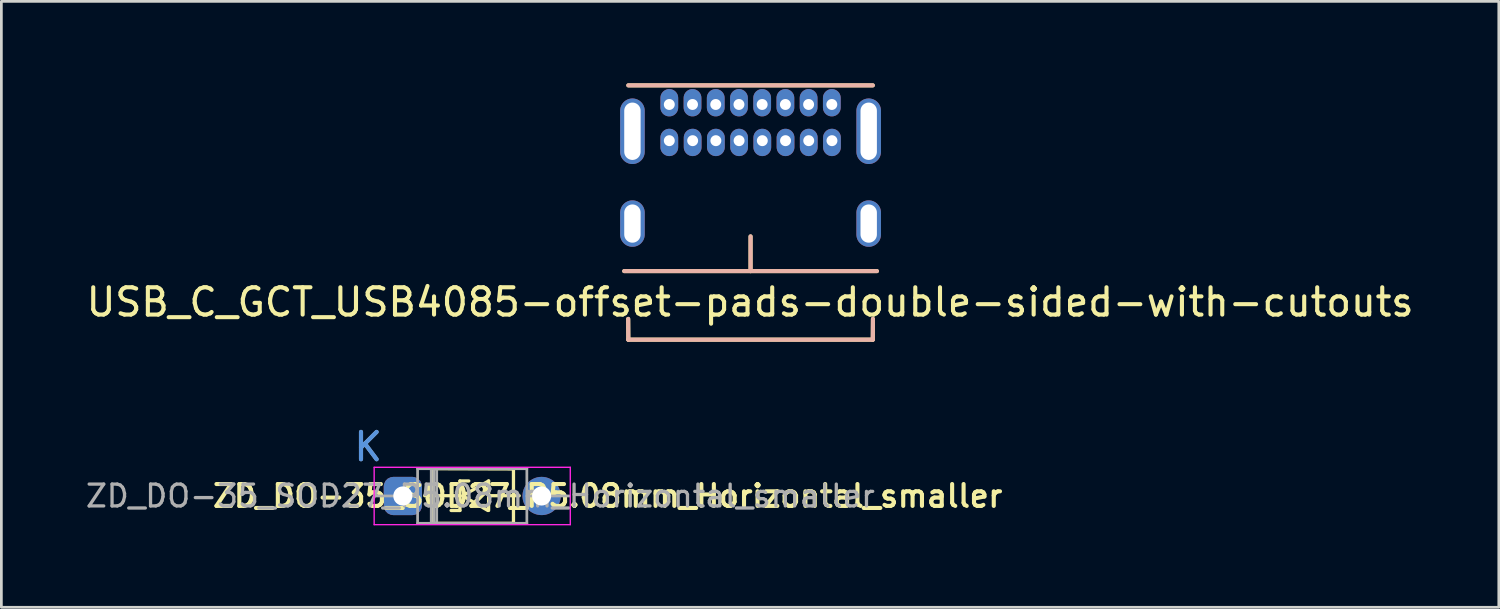
<source format=kicad_pcb>
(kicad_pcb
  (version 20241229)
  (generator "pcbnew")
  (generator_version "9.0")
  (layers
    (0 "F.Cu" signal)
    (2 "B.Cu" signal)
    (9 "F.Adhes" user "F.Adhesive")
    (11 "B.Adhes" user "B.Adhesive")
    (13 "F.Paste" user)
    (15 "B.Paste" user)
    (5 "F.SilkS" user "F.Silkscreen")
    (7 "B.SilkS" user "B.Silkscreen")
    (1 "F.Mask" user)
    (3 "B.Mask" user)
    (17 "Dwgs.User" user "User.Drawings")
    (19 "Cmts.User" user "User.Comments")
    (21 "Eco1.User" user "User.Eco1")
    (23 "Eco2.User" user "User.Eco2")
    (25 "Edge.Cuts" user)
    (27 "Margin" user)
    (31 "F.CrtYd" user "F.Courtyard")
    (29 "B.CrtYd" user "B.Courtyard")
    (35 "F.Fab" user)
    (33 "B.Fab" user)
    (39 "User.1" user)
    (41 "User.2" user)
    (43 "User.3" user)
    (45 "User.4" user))
  (footprint "ZD_DO-35_SOD27_P5.08mm_Horizontal_smaller"
    (layer "F.Cu")
    (at 10.428 15.108)
    (property "Reference" "ZD_DO-35_SOD27_P5.08mm_Horizontal_smaller" (at 8.77 0 0) (layer "F.SilkS") (effects (font (size 0.8 0.8) (thickness 0.15))))
    (attr through_hole)
    (fp_line (start 2.07 -0.01) (end 3.35 -0.01) (stroke (width 0.12) (type solid)) (layer "F.SilkS"))
    (fp_line (start 2.33 -1) (end 5.32 -0.99) (stroke (width 0.12) (type solid)) (layer "F.SilkS"))
    (fp_line (start 2.33 1) (end 2.33 -1) (stroke (width 0.12) (type solid)) (layer "F.SilkS"))
    (fp_line (start 2.34 1) (end 5.31 1) (stroke (width 0.12) (type solid)) (layer "F.SilkS"))
    (fp_line (start 3.037 0.53) (end 3.36 0.53) (stroke (width 0.12) (type solid)) (layer "F.SilkS"))
    (fp_line (start 3.36 -0.55) (end 3.683 -0.55) (stroke (width 0.12) (type solid)) (layer "F.SilkS"))
    (fp_line (start 3.36 0.53) (end 3.36 -0.55) (stroke (width 0.12) (type solid)) (layer "F.SilkS"))
    (fp_line (start 3.46 -0.01) (end 4.41 -0.55) (stroke (width 0.12) (type solid)) (layer "F.SilkS"))
    (fp_line (start 3.47 0) (end 4.38 0.53) (stroke (width 0.12) (type solid)) (layer "F.SilkS"))
    (fp_line (start 4.41 0.53) (end 4.41 -0.55) (stroke (width 0.12) (type solid)) (layer "F.SilkS"))
    (fp_line (start 5.32 1) (end 5.32 -0.99) (stroke (width 0.12) (type solid)) (layer "F.SilkS"))
    (fp_line (start 5.53 -0.01) (end 4.41 -0.01) (stroke (width 0.12) (type solid)) (layer "F.SilkS"))
    (fp_line (start 0.22 -1.05) (end 0.22 1.05) (stroke (width 0.05) (type solid)) (layer "F.CrtYd"))
    (fp_line (start 0.22 1.05) (end 7.4 1.05) (stroke (width 0.05) (type solid)) (layer "F.CrtYd"))
    (fp_line (start 7.4 -1.05) (end 0.22 -1.05) (stroke (width 0.05) (type solid)) (layer "F.CrtYd"))
    (fp_line (start 7.4 1.05) (end 7.4 -1.05) (stroke (width 0.05) (type solid)) (layer "F.CrtYd"))
    (fp_line (start 0.25 0) (end 1.81 0) (stroke (width 0.1) (type solid)) (layer "F.Fab"))
    (fp_line (start 1.81 -1) (end 1.81 1) (stroke (width 0.1) (type solid)) (layer "F.Fab"))
    (fp_line (start 1.81 1) (end 5.81 1) (stroke (width 0.1) (type solid)) (layer "F.Fab"))
    (fp_line (start 2.31 -1) (end 2.31 1) (stroke (width 0.1) (type solid)) (layer "F.Fab"))
    (fp_line (start 2.41 -1) (end 2.41 1) (stroke (width 0.1) (type solid)) (layer "F.Fab"))
    (fp_line (start 2.51 -1) (end 2.51 1) (stroke (width 0.1) (type solid)) (layer "F.Fab"))
    (fp_line (start 5.81 -1) (end 1.81 -1) (stroke (width 0.1) (type solid)) (layer "F.Fab"))
    (fp_line (start 5.81 1) (end 5.81 -1) (stroke (width 0.1) (type solid)) (layer "F.Fab"))
    (fp_line (start 7.37 0) (end 5.81 0) (stroke (width 0.1) (type solid)) (layer "F.Fab"))
    (fp_text user "K" (at 0 -1.8 0) (layer "Cmts.User") (effects (font (size 1 1) (thickness 0.15))))
    (fp_text user "${REFERENCE}" (at 4.11 0 0) (layer "F.Fab") (effects (font (size 0.8 0.8) (thickness 0.12))))
    (fp_text user "K" (at 0 -1.8 0) (layer "F.Fab") (effects (font (size 1 1) (thickness 0.15))))
    (pad "1" thru_hole roundrect (at 1.27 0) (size 1.4 1.4) (drill 0.7) (layers "*.Cu" "*.Mask") (roundrect_rratio 0.25))
    (pad "2" thru_hole circle (at 6.35 0) (size 1.4 1.4) (drill 0.7) (layers "*.Cu" "*.Mask")))
  (footprint "USB_C_GCT_USB4085-offset-pads-double-sided-with-cutouts"
    (layer "F.Cu")
    (at 24.428 6.875)
    (property "Reference" "USB_C_GCT_USB4085-offset-pads-double-sided-with-cutouts" (at -0.017 1.137 0) (layer "F.SilkS") (effects (font (size 1 1) (thickness 0.15))))
    (attr through_hole)
    (fp_line (start -4.625 0) (end 4.625 0) (stroke (width 0.15) (type solid)) (layer "F.SilkS"))
    (fp_line (start -4.475 -6.8) (end 4.475 -6.8) (stroke (width 0.15) (type solid)) (layer "F.SilkS"))
    (fp_line (start -4.475 2.51) (end -4.48 1.75) (stroke (width 0.15) (type solid)) (layer "F.SilkS"))
    (fp_line (start -4.475 2.51) (end 4.475 2.51) (stroke (width 0.15) (type solid)) (layer "F.SilkS"))
    (fp_line (start 0 0) (end 0 -1.27) (stroke (width 0.15) (type solid)) (layer "F.SilkS"))
    (fp_line (start 4.48 1.75) (end 4.475 2.51) (stroke (width 0.15) (type solid)) (layer "F.SilkS"))
    (fp_line (start -4.625 0) (end 4.625 0) (stroke (width 0.15) (type solid)) (layer "B.SilkS"))
    (fp_line (start -4.475 -6.8) (end 4.475 -6.8) (stroke (width 0.15) (type solid)) (layer "B.SilkS"))
    (fp_line (start -4.475 2.51) (end -4.48 1.75) (stroke (width 0.15) (type solid)) (layer "B.SilkS"))
    (fp_line (start -4.475 2.51) (end 4.475 2.51) (stroke (width 0.15) (type solid)) (layer "B.SilkS"))
    (fp_line (start 0 0) (end 0 -1.27) (stroke (width 0.15) (type solid)) (layer "B.SilkS"))
    (fp_line (start 4.48 1.75) (end 4.475 2.51) (stroke (width 0.15) (type solid)) (layer "B.SilkS"))
    (fp_line (start -4.825 -4.37) (end -4.825 -5.87) (stroke (width 0.1) (type default)) (layer "User.5"))
    (fp_line (start -4.825 -1.34) (end -4.825 -2.14) (stroke (width 0.1) (type default)) (layer "User.5"))
    (fp_line (start -3.825 -5.87) (end -3.825 -4.37) (stroke (width 0.1) (type default)) (layer "User.5"))
    (fp_line (start -3.825 -2.14) (end -3.825 -1.34) (stroke (width 0.1) (type default)) (layer "User.5"))
    (fp_line (start -3.4 -4.487) (end -3.4 -6.389) (stroke (width 0.1) (type default)) (layer "User.5"))
    (fp_line (start -3.025 -6.764) (end 3.025 -6.764) (stroke (width 0.1) (type default)) (layer "User.5"))
    (fp_line (start 3.025 -4.112) (end -3.025 -4.112) (stroke (width 0.1) (type default)) (layer "User.5"))
    (fp_line (start 3.4 -6.389) (end 3.4 -4.487) (stroke (width 0.1) (type default)) (layer "User.5"))
    (fp_line (start 3.825 -4.37) (end 3.825 -5.87) (stroke (width 0.1) (type default)) (layer "User.5"))
    (fp_line (start 3.825 -1.34) (end 3.825 -2.14) (stroke (width 0.1) (type default)) (layer "User.5"))
    (fp_line (start 4.825 -5.87) (end 4.825 -4.37) (stroke (width 0.1) (type default)) (layer "User.5"))
    (fp_line (start 4.825 -2.14) (end 4.825 -1.34) (stroke (width 0.1) (type default)) (layer "User.5"))
    (fp_arc (start -4.825 -5.87) (mid -4.678553 -6.223553) (end -4.325 -6.37) (stroke (width 0.1) (type default)) (layer "User.5"))
    (fp_arc (start -4.825 -2.14) (mid -4.678553 -2.493553) (end -4.325 -2.64) (stroke (width 0.1) (type default)) (layer "User.5"))
    (fp_arc (start -4.325 -6.37) (mid -3.971447 -6.223553) (end -3.825 -5.87) (stroke (width 0.1) (type default)) (layer "User.5"))
    (fp_arc (start -4.325 -3.87) (mid -4.678553 -4.016447) (end -4.825 -4.37) (stroke (width 0.1) (type default)) (layer "User.5"))
    (fp_arc (start -4.325 -2.64) (mid -3.971447 -2.493553) (end -3.825 -2.14) (stroke (width 0.1) (type default)) (layer "User.5"))
    (fp_arc (start -4.325 -0.84) (mid -4.678553 -0.986447) (end -4.825 -1.34) (stroke (width 0.1) (type default)) (layer "User.5"))
    (fp_arc (start -3.825 -4.37) (mid -3.971447 -4.016447) (end -4.325 -3.87) (stroke (width 0.1) (type default)) (layer "User.5"))
    (fp_arc (start -3.825 -1.34) (mid -3.971447 -0.986447) (end -4.325 -0.84) (stroke (width 0.1) (type default)) (layer "User.5"))
    (fp_arc (start -3.4 -6.389) (mid -3.290165 -6.654165) (end -3.025 -6.764) (stroke (width 0.1) (type default)) (layer "User.5"))
    (fp_arc (start -3.025 -4.112) (mid -3.290165 -4.221835) (end -3.4 -4.487) (stroke (width 0.1) (type default)) (layer "User.5"))
    (fp_arc (start 3.025 -6.764) (mid 3.290165 -6.654165) (end 3.4 -6.389) (stroke (width 0.1) (type default)) (layer "User.5"))
    (fp_arc (start 3.4 -4.487) (mid 3.290165 -4.221835) (end 3.025 -4.112) (stroke (width 0.1) (type default)) (layer "User.5"))
    (fp_arc (start 3.825 -5.87) (mid 3.971447 -6.223553) (end 4.325 -6.37) (stroke (width 0.1) (type default)) (layer "User.5"))
    (fp_arc (start 3.825 -2.14) (mid 3.971447 -2.493553) (end 4.325 -2.64) (stroke (width 0.1) (type default)) (layer "User.5"))
    (fp_arc (start 4.325 -6.37) (mid 4.678553 -6.223553) (end 4.825 -5.87) (stroke (width 0.1) (type default)) (layer "User.5"))
    (fp_arc (start 4.325 -3.87) (mid 3.971447 -4.016447) (end 3.825 -4.37) (stroke (width 0.1) (type default)) (layer "User.5"))
    (fp_arc (start 4.325 -2.64) (mid 4.678553 -2.493553) (end 4.825 -2.14) (stroke (width 0.1) (type default)) (layer "User.5"))
    (fp_arc (start 4.325 -0.84) (mid 3.971447 -0.986447) (end 3.825 -1.34) (stroke (width 0.1) (type default)) (layer "User.5"))
    (fp_arc (start 4.825 -4.37) (mid 4.678553 -4.016447) (end 4.325 -3.87) (stroke (width 0.1) (type default)) (layer "User.5"))
    (fp_arc (start 4.825 -1.34) (mid 4.678553 -0.986447) (end 4.325 -0.84) (stroke (width 0.1) (type default)) (layer "User.5"))
    (pad "A1" thru_hole oval (at -2.975 -6.1) (size 0.65 1) (drill 0.4 (offset 0 -0.064)) (layers "*.Cu" "*.Mask"))
    (pad "A4" thru_hole oval (at -2.125 -6.1) (size 0.65 1) (drill 0.4 (offset 0 -0.064)) (layers "*.Cu" "*.Mask"))
    (pad "A5" thru_hole oval (at -1.275 -6.1) (size 0.65 1) (drill 0.4 (offset 0 -0.064)) (layers "*.Cu" "*.Mask"))
    (pad "A6" thru_hole oval (at -0.425 -6.1) (size 0.65 1) (drill 0.4 (offset 0 -0.064)) (layers "*.Cu" "*.Mask"))
    (pad "A7" thru_hole oval (at 0.425 -6.1) (size 0.65 1) (drill 0.4 (offset 0 -0.064)) (layers "*.Cu" "*.Mask"))
    (pad "A8" thru_hole oval (at 1.275 -6.1) (size 0.65 1) (drill 0.4 (offset 0 -0.064)) (layers "*.Cu" "*.Mask"))
    (pad "A9" thru_hole oval (at 2.125 -6.1) (size 0.65 1) (drill 0.4 (offset 0 -0.064)) (layers "*.Cu" "*.Mask"))
    (pad "A12" thru_hole oval (at 2.975 -6.1) (size 0.65 1) (drill 0.4 (offset 0 -0.064)) (layers "*.Cu" "*.Mask"))
    (pad "B1" thru_hole oval (at 2.98 -4.775) (size 0.65 1) (drill 0.4 (offset 0 0.064)) (layers "*.Cu" "*.Mask"))
    (pad "B4" thru_hole oval (at 2.13 -4.775) (size 0.65 1) (drill 0.4 (offset 0 0.064)) (layers "*.Cu" "*.Mask"))
    (pad "B5" thru_hole oval (at 1.28 -4.775) (size 0.65 1) (drill 0.4 (offset 0 0.064)) (layers "*.Cu" "*.Mask"))
    (pad "B6" thru_hole oval (at 0.43 -4.775) (size 0.65 1) (drill 0.4 (offset 0 0.064)) (layers "*.Cu" "*.Mask"))
    (pad "B7" thru_hole oval (at -0.42 -4.775) (size 0.65 1) (drill 0.4 (offset 0 0.064)) (layers "*.Cu" "*.Mask"))
    (pad "B8" thru_hole oval (at -1.27 -4.775) (size 0.65 1) (drill 0.4 (offset 0 0.064)) (layers "*.Cu" "*.Mask"))
    (pad "B9" thru_hole oval (at -2.12 -4.775) (size 0.65 1) (drill 0.4 (offset 0 0.064)) (layers "*.Cu" "*.Mask"))
    (pad "B12" thru_hole oval (at -2.975 -4.775) (size 0.65 1) (drill 0.4 (offset 0 0.064)) (layers "*.Cu" "*.Mask"))
    (pad "S1" thru_hole oval (at -4.325 -5.12) (size 0.9 2.4) (drill oval 0.6 2.1) (layers "*.Cu" "*.Mask"))
    (pad "S1" thru_hole oval (at -4.325 -1.74) (size 0.9 1.7) (drill oval 0.6 1.4) (layers "*.Cu" "*.Mask"))
    (pad "S1" thru_hole oval (at 4.325 -5.12) (size 0.9 2.4) (drill oval 0.6 2.1) (layers "*.Cu" "*.Mask"))
    (pad "S1" thru_hole oval (at 4.325 -1.74) (size 0.9 1.7) (drill oval 0.6 1.4) (layers "*.Cu" "*.Mask")))
  (gr_rect
    (start -3 -3)
    (end 51.821 19.183)
    (stroke (width 0.1) (type default))
    (fill no)
    (layer "Edge.Cuts")))
</source>
